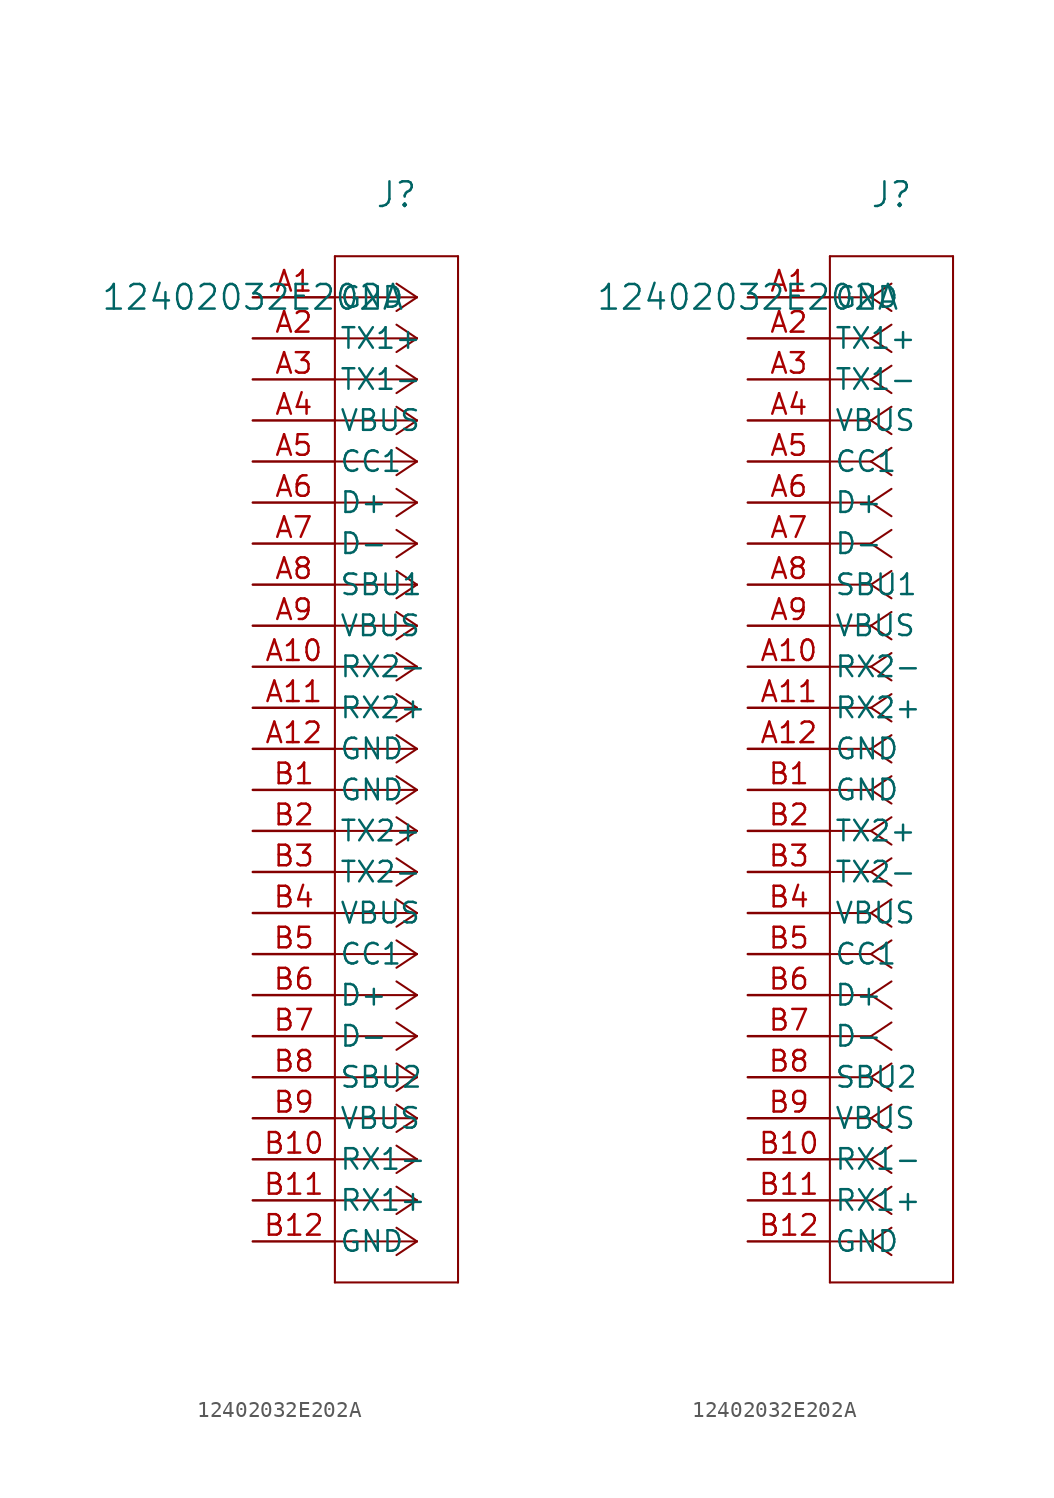
<source format=kicad_sym>
(kicad_symbol_lib
  (version 20211014)
  (generator kicad_symbol_editor)
  (symbol "12402032E202A"
    (pin_names
      (offset 0.254))
    (property "Reference" "J"
      (at 8.89 6.35 0)
      (effects (font (size 1.524 1.524))))
    (property "Value" "12402032E202A"
      (at 0 0 0)
      (effects (font (size 1.524 1.524))))
    (symbol "12402032E202A_1_1"
      (polyline (pts (xy 10.16 0) (xy 5.08 0)) (stroke (width 0.127) (type default) (color 0 0 0 0)) (fill (type none)))
      (polyline (pts (xy 10.16 -2.54) (xy 5.08 -2.54)) (stroke (width 0.127) (type default) (color 0 0 0 0)) (fill (type none)))
      (polyline (pts (xy 10.16 -5.08) (xy 5.08 -5.08)) (stroke (width 0.127) (type default) (color 0 0 0 0)) (fill (type none)))
      (polyline (pts (xy 10.16 -7.62) (xy 5.08 -7.62)) (stroke (width 0.127) (type default) (color 0 0 0 0)) (fill (type none)))
      (polyline (pts (xy 10.16 -10.16) (xy 5.08 -10.16)) (stroke (width 0.127) (type default) (color 0 0 0 0)) (fill (type none)))
      (polyline (pts (xy 10.16 -12.7) (xy 5.08 -12.7)) (stroke (width 0.127) (type default) (color 0 0 0 0)) (fill (type none)))
      (polyline (pts (xy 10.16 -15.24) (xy 5.08 -15.24)) (stroke (width 0.127) (type default) (color 0 0 0 0)) (fill (type none)))
      (polyline (pts (xy 10.16 -17.78) (xy 5.08 -17.78)) (stroke (width 0.127) (type default) (color 0 0 0 0)) (fill (type none)))
      (polyline (pts (xy 10.16 -20.32) (xy 5.08 -20.32)) (stroke (width 0.127) (type default) (color 0 0 0 0)) (fill (type none)))
      (polyline (pts (xy 10.16 -22.86) (xy 5.08 -22.86)) (stroke (width 0.127) (type default) (color 0 0 0 0)) (fill (type none)))
      (polyline (pts (xy 10.16 -25.4) (xy 5.08 -25.4)) (stroke (width 0.127) (type default) (color 0 0 0 0)) (fill (type none)))
      (polyline (pts (xy 10.16 -27.94) (xy 5.08 -27.94)) (stroke (width 0.127) (type default) (color 0 0 0 0)) (fill (type none)))
      (polyline (pts (xy 10.16 -30.48) (xy 5.08 -30.48)) (stroke (width 0.127) (type default) (color 0 0 0 0)) (fill (type none)))
      (polyline (pts (xy 10.16 -33.02) (xy 5.08 -33.02)) (stroke (width 0.127) (type default) (color 0 0 0 0)) (fill (type none)))
      (polyline (pts (xy 10.16 -35.56) (xy 5.08 -35.56)) (stroke (width 0.127) (type default) (color 0 0 0 0)) (fill (type none)))
      (polyline (pts (xy 10.16 -38.1) (xy 5.08 -38.1)) (stroke (width 0.127) (type default) (color 0 0 0 0)) (fill (type none)))
      (polyline (pts (xy 10.16 -40.64) (xy 5.08 -40.64)) (stroke (width 0.127) (type default) (color 0 0 0 0)) (fill (type none)))
      (polyline (pts (xy 10.16 -43.18) (xy 5.08 -43.18)) (stroke (width 0.127) (type default) (color 0 0 0 0)) (fill (type none)))
      (polyline (pts (xy 10.16 -45.72) (xy 5.08 -45.72)) (stroke (width 0.127) (type default) (color 0 0 0 0)) (fill (type none)))
      (polyline (pts (xy 10.16 -48.26) (xy 5.08 -48.26)) (stroke (width 0.127) (type default) (color 0 0 0 0)) (fill (type none)))
      (polyline (pts (xy 10.16 -50.8) (xy 5.08 -50.8)) (stroke (width 0.127) (type default) (color 0 0 0 0)) (fill (type none)))
      (polyline (pts (xy 10.16 -53.34) (xy 5.08 -53.34)) (stroke (width 0.127) (type default) (color 0 0 0 0)) (fill (type none)))
      (polyline (pts (xy 10.16 -55.88) (xy 5.08 -55.88)) (stroke (width 0.127) (type default) (color 0 0 0 0)) (fill (type none)))
      (polyline (pts (xy 10.16 -58.42) (xy 5.08 -58.42)) (stroke (width 0.127) (type default) (color 0 0 0 0)) (fill (type none)))
      (polyline (pts (xy 10.16 0) (xy 8.89 0.847)) (stroke (width 0.127) (type default) (color 0 0 0 0)) (fill (type none)))
      (polyline (pts (xy 10.16 -2.54) (xy 8.89 -1.693)) (stroke (width 0.127) (type default) (color 0 0 0 0)) (fill (type none)))
      (polyline (pts (xy 10.16 -5.08) (xy 8.89 -4.233)) (stroke (width 0.127) (type default) (color 0 0 0 0)) (fill (type none)))
      (polyline (pts (xy 10.16 -7.62) (xy 8.89 -6.773)) (stroke (width 0.127) (type default) (color 0 0 0 0)) (fill (type none)))
      (polyline (pts (xy 10.16 -10.16) (xy 8.89 -9.313)) (stroke (width 0.127) (type default) (color 0 0 0 0)) (fill (type none)))
      (polyline (pts (xy 10.16 -12.7) (xy 8.89 -11.853)) (stroke (width 0.127) (type default) (color 0 0 0 0)) (fill (type none)))
      (polyline (pts (xy 10.16 -15.24) (xy 8.89 -14.393)) (stroke (width 0.127) (type default) (color 0 0 0 0)) (fill (type none)))
      (polyline (pts (xy 10.16 -17.78) (xy 8.89 -16.933)) (stroke (width 0.127) (type default) (color 0 0 0 0)) (fill (type none)))
      (polyline (pts (xy 10.16 -20.32) (xy 8.89 -19.473)) (stroke (width 0.127) (type default) (color 0 0 0 0)) (fill (type none)))
      (polyline (pts (xy 10.16 -22.86) (xy 8.89 -22.013)) (stroke (width 0.127) (type default) (color 0 0 0 0)) (fill (type none)))
      (polyline (pts (xy 10.16 -25.4) (xy 8.89 -24.553)) (stroke (width 0.127) (type default) (color 0 0 0 0)) (fill (type none)))
      (polyline (pts (xy 10.16 -27.94) (xy 8.89 -27.093)) (stroke (width 0.127) (type default) (color 0 0 0 0)) (fill (type none)))
      (polyline (pts (xy 10.16 -30.48) (xy 8.89 -29.633)) (stroke (width 0.127) (type default) (color 0 0 0 0)) (fill (type none)))
      (polyline (pts (xy 10.16 -33.02) (xy 8.89 -32.173)) (stroke (width 0.127) (type default) (color 0 0 0 0)) (fill (type none)))
      (polyline (pts (xy 10.16 -35.56) (xy 8.89 -34.713)) (stroke (width 0.127) (type default) (color 0 0 0 0)) (fill (type none)))
      (polyline (pts (xy 10.16 -38.1) (xy 8.89 -37.253)) (stroke (width 0.127) (type default) (color 0 0 0 0)) (fill (type none)))
      (polyline (pts (xy 10.16 -40.64) (xy 8.89 -39.793)) (stroke (width 0.127) (type default) (color 0 0 0 0)) (fill (type none)))
      (polyline (pts (xy 10.16 -43.18) (xy 8.89 -42.333)) (stroke (width 0.127) (type default) (color 0 0 0 0)) (fill (type none)))
      (polyline (pts (xy 10.16 -45.72) (xy 8.89 -44.873)) (stroke (width 0.127) (type default) (color 0 0 0 0)) (fill (type none)))
      (polyline (pts (xy 10.16 -48.26) (xy 8.89 -47.413)) (stroke (width 0.127) (type default) (color 0 0 0 0)) (fill (type none)))
      (polyline (pts (xy 10.16 -50.8) (xy 8.89 -49.953)) (stroke (width 0.127) (type default) (color 0 0 0 0)) (fill (type none)))
      (polyline (pts (xy 10.16 -53.34) (xy 8.89 -52.493)) (stroke (width 0.127) (type default) (color 0 0 0 0)) (fill (type none)))
      (polyline (pts (xy 10.16 -55.88) (xy 8.89 -55.033)) (stroke (width 0.127) (type default) (color 0 0 0 0)) (fill (type none)))
      (polyline (pts (xy 10.16 -58.42) (xy 8.89 -57.573)) (stroke (width 0.127) (type default) (color 0 0 0 0)) (fill (type none)))
      (polyline (pts (xy 10.16 0) (xy 8.89 -0.847)) (stroke (width 0.127) (type default) (color 0 0 0 0)) (fill (type none)))
      (polyline (pts (xy 10.16 -2.54) (xy 8.89 -3.387)) (stroke (width 0.127) (type default) (color 0 0 0 0)) (fill (type none)))
      (polyline (pts (xy 10.16 -5.08) (xy 8.89 -5.927)) (stroke (width 0.127) (type default) (color 0 0 0 0)) (fill (type none)))
      (polyline (pts (xy 10.16 -7.62) (xy 8.89 -8.467)) (stroke (width 0.127) (type default) (color 0 0 0 0)) (fill (type none)))
      (polyline (pts (xy 10.16 -10.16) (xy 8.89 -11.007)) (stroke (width 0.127) (type default) (color 0 0 0 0)) (fill (type none)))
      (polyline (pts (xy 10.16 -12.7) (xy 8.89 -13.547)) (stroke (width 0.127) (type default) (color 0 0 0 0)) (fill (type none)))
      (polyline (pts (xy 10.16 -15.24) (xy 8.89 -16.087)) (stroke (width 0.127) (type default) (color 0 0 0 0)) (fill (type none)))
      (polyline (pts (xy 10.16 -17.78) (xy 8.89 -18.627)) (stroke (width 0.127) (type default) (color 0 0 0 0)) (fill (type none)))
      (polyline (pts (xy 10.16 -20.32) (xy 8.89 -21.167)) (stroke (width 0.127) (type default) (color 0 0 0 0)) (fill (type none)))
      (polyline (pts (xy 10.16 -22.86) (xy 8.89 -23.707)) (stroke (width 0.127) (type default) (color 0 0 0 0)) (fill (type none)))
      (polyline (pts (xy 10.16 -25.4) (xy 8.89 -26.247)) (stroke (width 0.127) (type default) (color 0 0 0 0)) (fill (type none)))
      (polyline (pts (xy 10.16 -27.94) (xy 8.89 -28.787)) (stroke (width 0.127) (type default) (color 0 0 0 0)) (fill (type none)))
      (polyline (pts (xy 10.16 -30.48) (xy 8.89 -31.327)) (stroke (width 0.127) (type default) (color 0 0 0 0)) (fill (type none)))
      (polyline (pts (xy 10.16 -33.02) (xy 8.89 -33.867)) (stroke (width 0.127) (type default) (color 0 0 0 0)) (fill (type none)))
      (polyline (pts (xy 10.16 -35.56) (xy 8.89 -36.407)) (stroke (width 0.127) (type default) (color 0 0 0 0)) (fill (type none)))
      (polyline (pts (xy 10.16 -38.1) (xy 8.89 -38.947)) (stroke (width 0.127) (type default) (color 0 0 0 0)) (fill (type none)))
      (polyline (pts (xy 10.16 -40.64) (xy 8.89 -41.487)) (stroke (width 0.127) (type default) (color 0 0 0 0)) (fill (type none)))
      (polyline (pts (xy 10.16 -43.18) (xy 8.89 -44.027)) (stroke (width 0.127) (type default) (color 0 0 0 0)) (fill (type none)))
      (polyline (pts (xy 10.16 -45.72) (xy 8.89 -46.567)) (stroke (width 0.127) (type default) (color 0 0 0 0)) (fill (type none)))
      (polyline (pts (xy 10.16 -48.26) (xy 8.89 -49.107)) (stroke (width 0.127) (type default) (color 0 0 0 0)) (fill (type none)))
      (polyline (pts (xy 10.16 -50.8) (xy 8.89 -51.647)) (stroke (width 0.127) (type default) (color 0 0 0 0)) (fill (type none)))
      (polyline (pts (xy 10.16 -53.34) (xy 8.89 -54.187)) (stroke (width 0.127) (type default) (color 0 0 0 0)) (fill (type none)))
      (polyline (pts (xy 10.16 -55.88) (xy 8.89 -56.727)) (stroke (width 0.127) (type default) (color 0 0 0 0)) (fill (type none)))
      (polyline (pts (xy 10.16 -58.42) (xy 8.89 -59.267)) (stroke (width 0.127) (type default) (color 0 0 0 0)) (fill (type none)))
      (polyline (pts (xy 5.08 2.54) (xy 5.08 -60.96)) (stroke (width 0.127) (type default) (color 0 0 0 0)) (fill (type none)))
      (polyline (pts (xy 5.08 -60.96) (xy 12.7 -60.96)) (stroke (width 0.127) (type default) (color 0 0 0 0)) (fill (type none)))
      (polyline (pts (xy 12.7 -60.96) (xy 12.7 2.54)) (stroke (width 0.127) (type default) (color 0 0 0 0)) (fill (type none)))
      (polyline (pts (xy 12.7 2.54) (xy 5.08 2.54)) (stroke (width 0.127) (type default) (color 0 0 0 0)) (fill (type none)))
      (pin power_out line (at 0 0 0) (length 5.08) (name "GND" (effects (font (size 1.27 1.27)))) (number "A1" (effects (font (size 1.27 1.27)))))
      (pin bidirectional line (at 0 -2.54 0) (length 5.08) (name "TX1+" (effects (font (size 1.27 1.27)))) (number "A2" (effects (font (size 1.27 1.27)))))
      (pin bidirectional line (at 0 -5.08 0) (length 5.08) (name "TX1-" (effects (font (size 1.27 1.27)))) (number "A3" (effects (font (size 1.27 1.27)))))
      (pin power_in line (at 0 -7.62 0) (length 5.08) (name "VBUS" (effects (font (size 1.27 1.27)))) (number "A4" (effects (font (size 1.27 1.27)))))
      (pin bidirectional line (at 0 -10.16 0) (length 5.08) (name "CC1" (effects (font (size 1.27 1.27)))) (number "A5" (effects (font (size 1.27 1.27)))))
      (pin unspecified line (at 0 -12.7 0) (length 5.08) (name "D+" (effects (font (size 1.27 1.27)))) (number "A6" (effects (font (size 1.27 1.27)))))
      (pin bidirectional line (at 0 -15.24 0) (length 5.08) (name "D-" (effects (font (size 1.27 1.27)))) (number "A7" (effects (font (size 1.27 1.27)))))
      (pin bidirectional line (at 0 -17.78 0) (length 5.08) (name "SBU1" (effects (font (size 1.27 1.27)))) (number "A8" (effects (font (size 1.27 1.27)))))
      (pin power_in line (at 0 -20.32 0) (length 5.08) (name "VBUS" (effects (font (size 1.27 1.27)))) (number "A9" (effects (font (size 1.27 1.27)))))
      (pin bidirectional line (at 0 -22.86 0) (length 5.08) (name "RX2-" (effects (font (size 1.27 1.27)))) (number "A10" (effects (font (size 1.27 1.27)))))
      (pin bidirectional line (at 0 -25.4 0) (length 5.08) (name "RX2+" (effects (font (size 1.27 1.27)))) (number "A11" (effects (font (size 1.27 1.27)))))
      (pin power_out line (at 0 -27.94 0) (length 5.08) (name "GND" (effects (font (size 1.27 1.27)))) (number "A12" (effects (font (size 1.27 1.27)))))
      (pin power_out line (at 0 -30.48 0) (length 5.08) (name "GND" (effects (font (size 1.27 1.27)))) (number "B1" (effects (font (size 1.27 1.27)))))
      (pin bidirectional line (at 0 -33.02 0) (length 5.08) (name "TX2+" (effects (font (size 1.27 1.27)))) (number "B2" (effects (font (size 1.27 1.27)))))
      (pin bidirectional line (at 0 -35.56 0) (length 5.08) (name "TX2-" (effects (font (size 1.27 1.27)))) (number "B3" (effects (font (size 1.27 1.27)))))
      (pin power_in line (at 0 -38.1 0) (length 5.08) (name "VBUS" (effects (font (size 1.27 1.27)))) (number "B4" (effects (font (size 1.27 1.27)))))
      (pin bidirectional line (at 0 -40.64 0) (length 5.08) (name "CC1" (effects (font (size 1.27 1.27)))) (number "B5" (effects (font (size 1.27 1.27)))))
      (pin unspecified line (at 0 -43.18 0) (length 5.08) (name "D+" (effects (font (size 1.27 1.27)))) (number "B6" (effects (font (size 1.27 1.27)))))
      (pin bidirectional line (at 0 -45.72 0) (length 5.08) (name "D-" (effects (font (size 1.27 1.27)))) (number "B7" (effects (font (size 1.27 1.27)))))
      (pin bidirectional line (at 0 -48.26 0) (length 5.08) (name "SBU2" (effects (font (size 1.27 1.27)))) (number "B8" (effects (font (size 1.27 1.27)))))
      (pin power_in line (at 0 -50.8 0) (length 5.08) (name "VBUS" (effects (font (size 1.27 1.27)))) (number "B9" (effects (font (size 1.27 1.27)))))
      (pin bidirectional line (at 0 -53.34 0) (length 5.08) (name "RX1-" (effects (font (size 1.27 1.27)))) (number "B10" (effects (font (size 1.27 1.27)))))
      (pin bidirectional line (at 0 -55.88 0) (length 5.08) (name "RX1+" (effects (font (size 1.27 1.27)))) (number "B11" (effects (font (size 1.27 1.27)))))
      (pin power_out line (at 0 -58.42 0) (length 5.08) (name "GND" (effects (font (size 1.27 1.27)))) (number "B12" (effects (font (size 1.27 1.27))))))
    (symbol "12402032E202A_1_2"
      (polyline (pts (xy 7.62 0) (xy 5.08 0)) (stroke (width 0.127) (type default) (color 0 0 0 0)) (fill (type none)))
      (polyline (pts (xy 7.62 -2.54) (xy 5.08 -2.54)) (stroke (width 0.127) (type default) (color 0 0 0 0)) (fill (type none)))
      (polyline (pts (xy 7.62 -5.08) (xy 5.08 -5.08)) (stroke (width 0.127) (type default) (color 0 0 0 0)) (fill (type none)))
      (polyline (pts (xy 7.62 -7.62) (xy 5.08 -7.62)) (stroke (width 0.127) (type default) (color 0 0 0 0)) (fill (type none)))
      (polyline (pts (xy 7.62 -10.16) (xy 5.08 -10.16)) (stroke (width 0.127) (type default) (color 0 0 0 0)) (fill (type none)))
      (polyline (pts (xy 7.62 -12.7) (xy 5.08 -12.7)) (stroke (width 0.127) (type default) (color 0 0 0 0)) (fill (type none)))
      (polyline (pts (xy 7.62 -15.24) (xy 5.08 -15.24)) (stroke (width 0.127) (type default) (color 0 0 0 0)) (fill (type none)))
      (polyline (pts (xy 7.62 -17.78) (xy 5.08 -17.78)) (stroke (width 0.127) (type default) (color 0 0 0 0)) (fill (type none)))
      (polyline (pts (xy 7.62 -20.32) (xy 5.08 -20.32)) (stroke (width 0.127) (type default) (color 0 0 0 0)) (fill (type none)))
      (polyline (pts (xy 7.62 -22.86) (xy 5.08 -22.86)) (stroke (width 0.127) (type default) (color 0 0 0 0)) (fill (type none)))
      (polyline (pts (xy 7.62 -25.4) (xy 5.08 -25.4)) (stroke (width 0.127) (type default) (color 0 0 0 0)) (fill (type none)))
      (polyline (pts (xy 7.62 -27.94) (xy 5.08 -27.94)) (stroke (width 0.127) (type default) (color 0 0 0 0)) (fill (type none)))
      (polyline (pts (xy 7.62 -30.48) (xy 5.08 -30.48)) (stroke (width 0.127) (type default) (color 0 0 0 0)) (fill (type none)))
      (polyline (pts (xy 7.62 -33.02) (xy 5.08 -33.02)) (stroke (width 0.127) (type default) (color 0 0 0 0)) (fill (type none)))
      (polyline (pts (xy 7.62 -35.56) (xy 5.08 -35.56)) (stroke (width 0.127) (type default) (color 0 0 0 0)) (fill (type none)))
      (polyline (pts (xy 7.62 -38.1) (xy 5.08 -38.1)) (stroke (width 0.127) (type default) (color 0 0 0 0)) (fill (type none)))
      (polyline (pts (xy 7.62 -40.64) (xy 5.08 -40.64)) (stroke (width 0.127) (type default) (color 0 0 0 0)) (fill (type none)))
      (polyline (pts (xy 7.62 -43.18) (xy 5.08 -43.18)) (stroke (width 0.127) (type default) (color 0 0 0 0)) (fill (type none)))
      (polyline (pts (xy 7.62 -45.72) (xy 5.08 -45.72)) (stroke (width 0.127) (type default) (color 0 0 0 0)) (fill (type none)))
      (polyline (pts (xy 7.62 -48.26) (xy 5.08 -48.26)) (stroke (width 0.127) (type default) (color 0 0 0 0)) (fill (type none)))
      (polyline (pts (xy 7.62 -50.8) (xy 5.08 -50.8)) (stroke (width 0.127) (type default) (color 0 0 0 0)) (fill (type none)))
      (polyline (pts (xy 7.62 -53.34) (xy 5.08 -53.34)) (stroke (width 0.127) (type default) (color 0 0 0 0)) (fill (type none)))
      (polyline (pts (xy 7.62 -55.88) (xy 5.08 -55.88)) (stroke (width 0.127) (type default) (color 0 0 0 0)) (fill (type none)))
      (polyline (pts (xy 7.62 -58.42) (xy 5.08 -58.42)) (stroke (width 0.127) (type default) (color 0 0 0 0)) (fill (type none)))
      (polyline (pts (xy 7.62 0) (xy 8.89 0.847)) (stroke (width 0.127) (type default) (color 0 0 0 0)) (fill (type none)))
      (polyline (pts (xy 7.62 -2.54) (xy 8.89 -1.693)) (stroke (width 0.127) (type default) (color 0 0 0 0)) (fill (type none)))
      (polyline (pts (xy 7.62 -5.08) (xy 8.89 -4.233)) (stroke (width 0.127) (type default) (color 0 0 0 0)) (fill (type none)))
      (polyline (pts (xy 7.62 -7.62) (xy 8.89 -6.773)) (stroke (width 0.127) (type default) (color 0 0 0 0)) (fill (type none)))
      (polyline (pts (xy 7.62 -10.16) (xy 8.89 -9.313)) (stroke (width 0.127) (type default) (color 0 0 0 0)) (fill (type none)))
      (polyline (pts (xy 7.62 -12.7) (xy 8.89 -11.853)) (stroke (width 0.127) (type default) (color 0 0 0 0)) (fill (type none)))
      (polyline (pts (xy 7.62 -15.24) (xy 8.89 -14.393)) (stroke (width 0.127) (type default) (color 0 0 0 0)) (fill (type none)))
      (polyline (pts (xy 7.62 -17.78) (xy 8.89 -16.933)) (stroke (width 0.127) (type default) (color 0 0 0 0)) (fill (type none)))
      (polyline (pts (xy 7.62 -20.32) (xy 8.89 -19.473)) (stroke (width 0.127) (type default) (color 0 0 0 0)) (fill (type none)))
      (polyline (pts (xy 7.62 -22.86) (xy 8.89 -22.013)) (stroke (width 0.127) (type default) (color 0 0 0 0)) (fill (type none)))
      (polyline (pts (xy 7.62 -25.4) (xy 8.89 -24.553)) (stroke (width 0.127) (type default) (color 0 0 0 0)) (fill (type none)))
      (polyline (pts (xy 7.62 -27.94) (xy 8.89 -27.093)) (stroke (width 0.127) (type default) (color 0 0 0 0)) (fill (type none)))
      (polyline (pts (xy 7.62 -30.48) (xy 8.89 -29.633)) (stroke (width 0.127) (type default) (color 0 0 0 0)) (fill (type none)))
      (polyline (pts (xy 7.62 -33.02) (xy 8.89 -32.173)) (stroke (width 0.127) (type default) (color 0 0 0 0)) (fill (type none)))
      (polyline (pts (xy 7.62 -35.56) (xy 8.89 -34.713)) (stroke (width 0.127) (type default) (color 0 0 0 0)) (fill (type none)))
      (polyline (pts (xy 7.62 -38.1) (xy 8.89 -37.253)) (stroke (width 0.127) (type default) (color 0 0 0 0)) (fill (type none)))
      (polyline (pts (xy 7.62 -40.64) (xy 8.89 -39.793)) (stroke (width 0.127) (type default) (color 0 0 0 0)) (fill (type none)))
      (polyline (pts (xy 7.62 -43.18) (xy 8.89 -42.333)) (stroke (width 0.127) (type default) (color 0 0 0 0)) (fill (type none)))
      (polyline (pts (xy 7.62 -45.72) (xy 8.89 -44.873)) (stroke (width 0.127) (type default) (color 0 0 0 0)) (fill (type none)))
      (polyline (pts (xy 7.62 -48.26) (xy 8.89 -47.413)) (stroke (width 0.127) (type default) (color 0 0 0 0)) (fill (type none)))
      (polyline (pts (xy 7.62 -50.8) (xy 8.89 -49.953)) (stroke (width 0.127) (type default) (color 0 0 0 0)) (fill (type none)))
      (polyline (pts (xy 7.62 -53.34) (xy 8.89 -52.493)) (stroke (width 0.127) (type default) (color 0 0 0 0)) (fill (type none)))
      (polyline (pts (xy 7.62 -55.88) (xy 8.89 -55.033)) (stroke (width 0.127) (type default) (color 0 0 0 0)) (fill (type none)))
      (polyline (pts (xy 7.62 -58.42) (xy 8.89 -57.573)) (stroke (width 0.127) (type default) (color 0 0 0 0)) (fill (type none)))
      (polyline (pts (xy 7.62 0) (xy 8.89 -0.847)) (stroke (width 0.127) (type default) (color 0 0 0 0)) (fill (type none)))
      (polyline (pts (xy 7.62 -2.54) (xy 8.89 -3.387)) (stroke (width 0.127) (type default) (color 0 0 0 0)) (fill (type none)))
      (polyline (pts (xy 7.62 -5.08) (xy 8.89 -5.927)) (stroke (width 0.127) (type default) (color 0 0 0 0)) (fill (type none)))
      (polyline (pts (xy 7.62 -7.62) (xy 8.89 -8.467)) (stroke (width 0.127) (type default) (color 0 0 0 0)) (fill (type none)))
      (polyline (pts (xy 7.62 -10.16) (xy 8.89 -11.007)) (stroke (width 0.127) (type default) (color 0 0 0 0)) (fill (type none)))
      (polyline (pts (xy 7.62 -12.7) (xy 8.89 -13.547)) (stroke (width 0.127) (type default) (color 0 0 0 0)) (fill (type none)))
      (polyline (pts (xy 7.62 -15.24) (xy 8.89 -16.087)) (stroke (width 0.127) (type default) (color 0 0 0 0)) (fill (type none)))
      (polyline (pts (xy 7.62 -17.78) (xy 8.89 -18.627)) (stroke (width 0.127) (type default) (color 0 0 0 0)) (fill (type none)))
      (polyline (pts (xy 7.62 -20.32) (xy 8.89 -21.167)) (stroke (width 0.127) (type default) (color 0 0 0 0)) (fill (type none)))
      (polyline (pts (xy 7.62 -22.86) (xy 8.89 -23.707)) (stroke (width 0.127) (type default) (color 0 0 0 0)) (fill (type none)))
      (polyline (pts (xy 7.62 -25.4) (xy 8.89 -26.247)) (stroke (width 0.127) (type default) (color 0 0 0 0)) (fill (type none)))
      (polyline (pts (xy 7.62 -27.94) (xy 8.89 -28.787)) (stroke (width 0.127) (type default) (color 0 0 0 0)) (fill (type none)))
      (polyline (pts (xy 7.62 -30.48) (xy 8.89 -31.327)) (stroke (width 0.127) (type default) (color 0 0 0 0)) (fill (type none)))
      (polyline (pts (xy 7.62 -33.02) (xy 8.89 -33.867)) (stroke (width 0.127) (type default) (color 0 0 0 0)) (fill (type none)))
      (polyline (pts (xy 7.62 -35.56) (xy 8.89 -36.407)) (stroke (width 0.127) (type default) (color 0 0 0 0)) (fill (type none)))
      (polyline (pts (xy 7.62 -38.1) (xy 8.89 -38.947)) (stroke (width 0.127) (type default) (color 0 0 0 0)) (fill (type none)))
      (polyline (pts (xy 7.62 -40.64) (xy 8.89 -41.487)) (stroke (width 0.127) (type default) (color 0 0 0 0)) (fill (type none)))
      (polyline (pts (xy 7.62 -43.18) (xy 8.89 -44.027)) (stroke (width 0.127) (type default) (color 0 0 0 0)) (fill (type none)))
      (polyline (pts (xy 7.62 -45.72) (xy 8.89 -46.567)) (stroke (width 0.127) (type default) (color 0 0 0 0)) (fill (type none)))
      (polyline (pts (xy 7.62 -48.26) (xy 8.89 -49.107)) (stroke (width 0.127) (type default) (color 0 0 0 0)) (fill (type none)))
      (polyline (pts (xy 7.62 -50.8) (xy 8.89 -51.647)) (stroke (width 0.127) (type default) (color 0 0 0 0)) (fill (type none)))
      (polyline (pts (xy 7.62 -53.34) (xy 8.89 -54.187)) (stroke (width 0.127) (type default) (color 0 0 0 0)) (fill (type none)))
      (polyline (pts (xy 7.62 -55.88) (xy 8.89 -56.727)) (stroke (width 0.127) (type default) (color 0 0 0 0)) (fill (type none)))
      (polyline (pts (xy 7.62 -58.42) (xy 8.89 -59.267)) (stroke (width 0.127) (type default) (color 0 0 0 0)) (fill (type none)))
      (polyline (pts (xy 5.08 2.54) (xy 5.08 -60.96)) (stroke (width 0.127) (type default) (color 0 0 0 0)) (fill (type none)))
      (polyline (pts (xy 5.08 -60.96) (xy 12.7 -60.96)) (stroke (width 0.127) (type default) (color 0 0 0 0)) (fill (type none)))
      (polyline (pts (xy 12.7 -60.96) (xy 12.7 2.54)) (stroke (width 0.127) (type default) (color 0 0 0 0)) (fill (type none)))
      (polyline (pts (xy 12.7 2.54) (xy 5.08 2.54)) (stroke (width 0.127) (type default) (color 0 0 0 0)) (fill (type none)))
      (pin power_out line (at 0 0 0) (length 5.08) (name "GND" (effects (font (size 1.27 1.27)))) (number "A1" (effects (font (size 1.27 1.27)))))
      (pin bidirectional line (at 0 -2.54 0) (length 5.08) (name "TX1+" (effects (font (size 1.27 1.27)))) (number "A2" (effects (font (size 1.27 1.27)))))
      (pin bidirectional line (at 0 -5.08 0) (length 5.08) (name "TX1-" (effects (font (size 1.27 1.27)))) (number "A3" (effects (font (size 1.27 1.27)))))
      (pin power_in line (at 0 -7.62 0) (length 5.08) (name "VBUS" (effects (font (size 1.27 1.27)))) (number "A4" (effects (font (size 1.27 1.27)))))
      (pin bidirectional line (at 0 -10.16 0) (length 5.08) (name "CC1" (effects (font (size 1.27 1.27)))) (number "A5" (effects (font (size 1.27 1.27)))))
      (pin unspecified line (at 0 -12.7 0) (length 5.08) (name "D+" (effects (font (size 1.27 1.27)))) (number "A6" (effects (font (size 1.27 1.27)))))
      (pin bidirectional line (at 0 -15.24 0) (length 5.08) (name "D-" (effects (font (size 1.27 1.27)))) (number "A7" (effects (font (size 1.27 1.27)))))
      (pin bidirectional line (at 0 -17.78 0) (length 5.08) (name "SBU1" (effects (font (size 1.27 1.27)))) (number "A8" (effects (font (size 1.27 1.27)))))
      (pin power_in line (at 0 -20.32 0) (length 5.08) (name "VBUS" (effects (font (size 1.27 1.27)))) (number "A9" (effects (font (size 1.27 1.27)))))
      (pin bidirectional line (at 0 -22.86 0) (length 5.08) (name "RX2-" (effects (font (size 1.27 1.27)))) (number "A10" (effects (font (size 1.27 1.27)))))
      (pin bidirectional line (at 0 -25.4 0) (length 5.08) (name "RX2+" (effects (font (size 1.27 1.27)))) (number "A11" (effects (font (size 1.27 1.27)))))
      (pin power_out line (at 0 -27.94 0) (length 5.08) (name "GND" (effects (font (size 1.27 1.27)))) (number "A12" (effects (font (size 1.27 1.27)))))
      (pin power_out line (at 0 -30.48 0) (length 5.08) (name "GND" (effects (font (size 1.27 1.27)))) (number "B1" (effects (font (size 1.27 1.27)))))
      (pin bidirectional line (at 0 -33.02 0) (length 5.08) (name "TX2+" (effects (font (size 1.27 1.27)))) (number "B2" (effects (font (size 1.27 1.27)))))
      (pin bidirectional line (at 0 -35.56 0) (length 5.08) (name "TX2-" (effects (font (size 1.27 1.27)))) (number "B3" (effects (font (size 1.27 1.27)))))
      (pin power_in line (at 0 -38.1 0) (length 5.08) (name "VBUS" (effects (font (size 1.27 1.27)))) (number "B4" (effects (font (size 1.27 1.27)))))
      (pin bidirectional line (at 0 -40.64 0) (length 5.08) (name "CC1" (effects (font (size 1.27 1.27)))) (number "B5" (effects (font (size 1.27 1.27)))))
      (pin unspecified line (at 0 -43.18 0) (length 5.08) (name "D+" (effects (font (size 1.27 1.27)))) (number "B6" (effects (font (size 1.27 1.27)))))
      (pin bidirectional line (at 0 -45.72 0) (length 5.08) (name "D-" (effects (font (size 1.27 1.27)))) (number "B7" (effects (font (size 1.27 1.27)))))
      (pin bidirectional line (at 0 -48.26 0) (length 5.08) (name "SBU2" (effects (font (size 1.27 1.27)))) (number "B8" (effects (font (size 1.27 1.27)))))
      (pin power_in line (at 0 -50.8 0) (length 5.08) (name "VBUS" (effects (font (size 1.27 1.27)))) (number "B9" (effects (font (size 1.27 1.27)))))
      (pin bidirectional line (at 0 -53.34 0) (length 5.08) (name "RX1-" (effects (font (size 1.27 1.27)))) (number "B10" (effects (font (size 1.27 1.27)))))
      (pin bidirectional line (at 0 -55.88 0) (length 5.08) (name "RX1+" (effects (font (size 1.27 1.27)))) (number "B11" (effects (font (size 1.27 1.27)))))
      (pin power_out line (at 0 -58.42 0) (length 5.08) (name "GND" (effects (font (size 1.27 1.27)))) (number "B12" (effects (font (size 1.27 1.27))))))))
</source>
